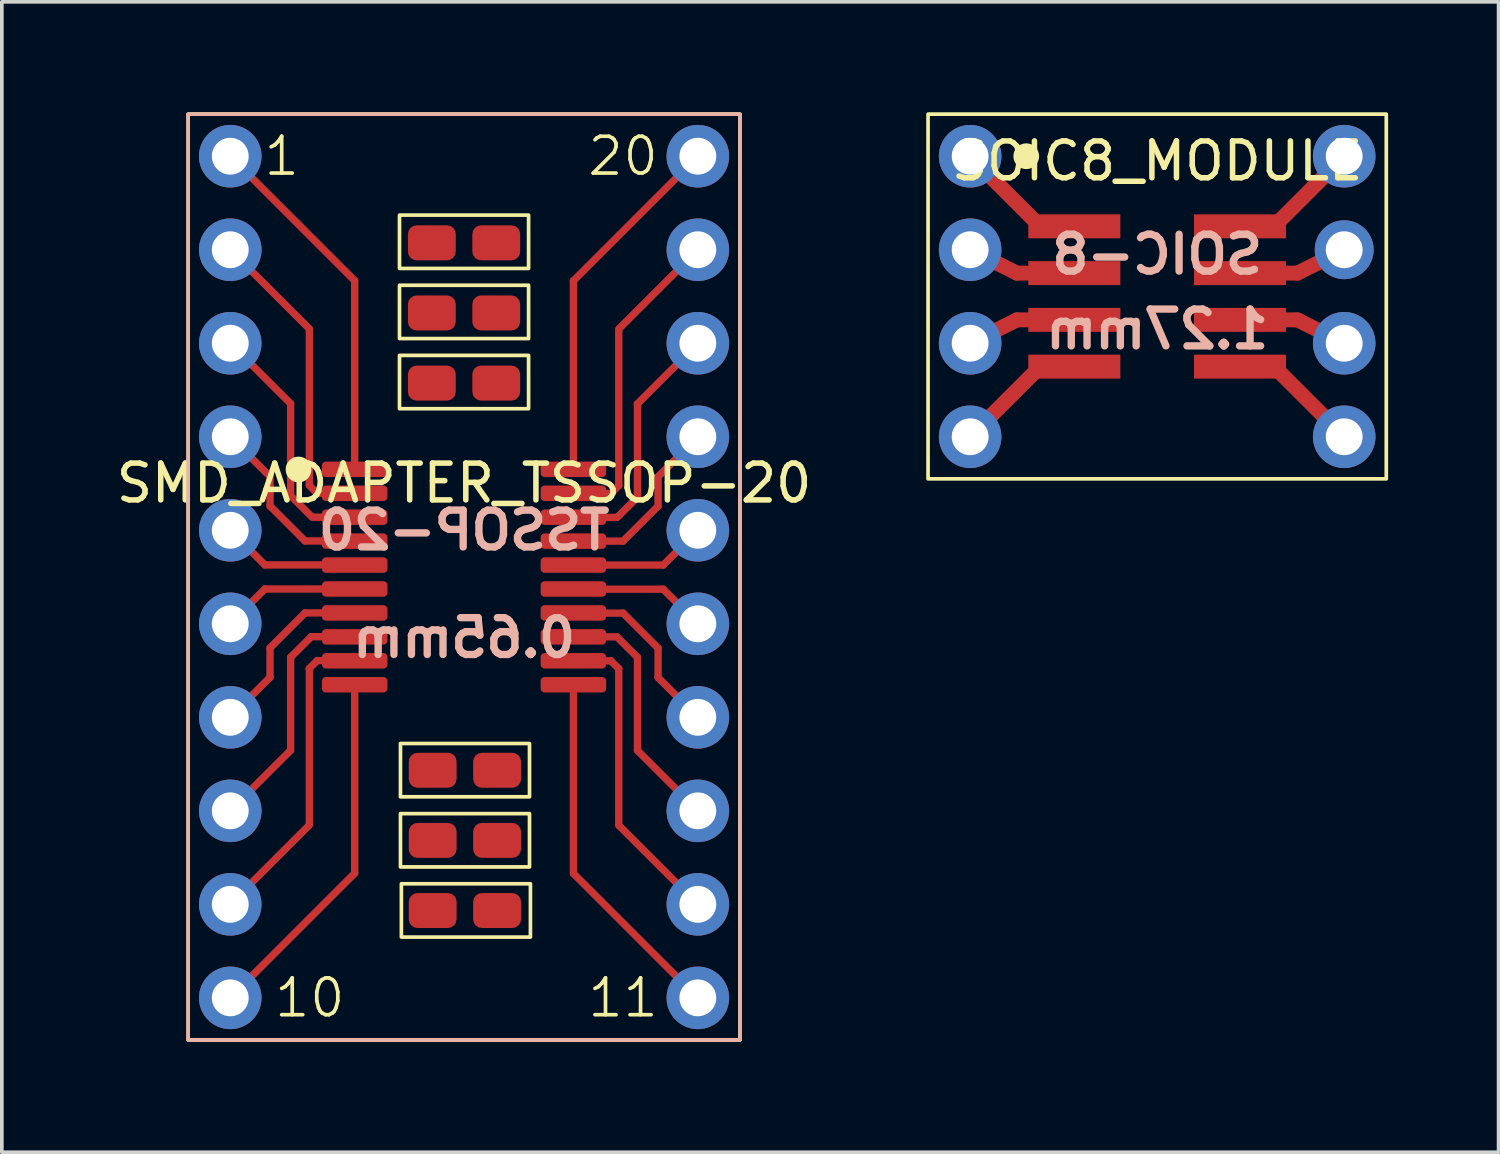
<source format=kicad_pcb>
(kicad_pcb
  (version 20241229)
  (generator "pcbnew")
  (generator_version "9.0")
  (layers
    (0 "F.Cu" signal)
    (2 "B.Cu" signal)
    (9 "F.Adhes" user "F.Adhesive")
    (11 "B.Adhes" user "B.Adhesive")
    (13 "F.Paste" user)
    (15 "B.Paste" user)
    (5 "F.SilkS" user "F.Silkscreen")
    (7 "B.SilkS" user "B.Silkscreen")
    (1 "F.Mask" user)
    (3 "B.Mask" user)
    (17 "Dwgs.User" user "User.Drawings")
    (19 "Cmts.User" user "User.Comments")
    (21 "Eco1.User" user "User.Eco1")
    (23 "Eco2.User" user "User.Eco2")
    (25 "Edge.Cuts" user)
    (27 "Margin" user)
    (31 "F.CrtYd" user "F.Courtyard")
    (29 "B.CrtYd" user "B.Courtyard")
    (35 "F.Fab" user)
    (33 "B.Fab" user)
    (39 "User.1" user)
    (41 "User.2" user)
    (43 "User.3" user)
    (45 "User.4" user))
  (footprint "SMD_ADAPTER_TSSOP-20"
    (layer "F.Cu")
    (at 9.554 12.623)
    (property "Reference" "SMD_ADAPTER_TSSOP-20" (at 0 -2.55 0) (layer "F.SilkS") (effects (font (size 1 1) (thickness 0.15))))
    (attr smd)
    (fp_line (start -6.35 -11.43) (end -2.972 -8.052) (stroke (width 0.2) (type default)) (layer "F.Cu"))
    (fp_line (start -6.35 -8.89) (end -4.216 -6.756) (stroke (width 0.2) (type default)) (layer "F.Cu"))
    (fp_line (start -6.35 -6.35) (end -4.71 -4.71) (stroke (width 0.2) (type default)) (layer "F.Cu"))
    (fp_line (start -6.35 -3.81) (end -5.27 -2.73) (stroke (width 0.2) (type default)) (layer "F.Cu"))
    (fp_line (start -6.35 -1.27) (end -5.41 -0.33) (stroke (width 0.2) (type default)) (layer "F.Cu"))
    (fp_line (start -6.35 1.265) (end -5.41 0.325) (stroke (width 0.2) (type default)) (layer "F.Cu"))
    (fp_line (start -6.35 3.805) (end -5.27 2.725) (stroke (width 0.2) (type default)) (layer "F.Cu"))
    (fp_line (start -6.35 6.345) (end -4.71 4.705) (stroke (width 0.2) (type default)) (layer "F.Cu"))
    (fp_line (start -6.35 8.885) (end -4.216 6.751) (stroke (width 0.2) (type default)) (layer "F.Cu"))
    (fp_line (start -6.35 11.425) (end -2.972 8.047) (stroke (width 0.2) (type default)) (layer "F.Cu"))
    (fp_line (start -5.41 -0.33) (end -2.97 -0.33) (stroke (width 0.2) (type default)) (layer "F.Cu"))
    (fp_line (start -5.41 0.325) (end -2.97 0.325) (stroke (width 0.2) (type default)) (layer "F.Cu"))
    (fp_line (start -5.27 -2.73) (end -5.27 -1.93) (stroke (width 0.2) (type default)) (layer "F.Cu"))
    (fp_line (start -5.27 -1.93) (end -4.322 -0.982) (stroke (width 0.2) (type default)) (layer "F.Cu"))
    (fp_line (start -5.27 1.925) (end -4.322 0.977) (stroke (width 0.2) (type default)) (layer "F.Cu"))
    (fp_line (start -5.27 2.725) (end -5.27 1.925) (stroke (width 0.2) (type default)) (layer "F.Cu"))
    (fp_line (start -4.71 -4.71) (end -4.71 -2.21) (stroke (width 0.2) (type default)) (layer "F.Cu"))
    (fp_line (start -4.71 4.705) (end -4.71 2.18) (stroke (width 0.2) (type default)) (layer "F.Cu"))
    (fp_line (start -4.32 -0.98) (end -2.97 -0.98) (stroke (width 0.2) (type default)) (layer "F.Cu"))
    (fp_line (start -4.32 0.975) (end -2.97 0.975) (stroke (width 0.2) (type default)) (layer "F.Cu"))
    (fp_line (start -4.202 -2.489) (end -4.202 -6.74) (stroke (width 0.2) (type default)) (layer "F.Cu"))
    (fp_line (start -4.202 2.484) (end -4.202 6.735) (stroke (width 0.2) (type default)) (layer "F.Cu"))
    (fp_line (start -4.149 1.619) (end -4.71 2.18) (stroke (width 0.2) (type default)) (layer "F.Cu"))
    (fp_line (start -4.129 -1.629) (end -4.71 -2.21) (stroke (width 0.2) (type default)) (layer "F.Cu"))
    (fp_line (start -3.988 -2.275) (end -4.202 -2.489) (stroke (width 0.2) (type default)) (layer "F.Cu"))
    (fp_line (start -3.988 2.27) (end -4.202 2.484) (stroke (width 0.2) (type default)) (layer "F.Cu"))
    (fp_line (start -2.97 -2.925) (end -2.97 -8.052) (stroke (width 0.2) (type default)) (layer "F.Cu"))
    (fp_line (start -2.97 -2.275) (end -3.988 -2.275) (stroke (width 0.2) (type default)) (layer "F.Cu"))
    (fp_line (start -2.97 -1.625) (end -4.11 -1.625) (stroke (width 0.2) (type default)) (layer "F.Cu"))
    (fp_line (start -2.97 1.62) (end -4.15 1.62) (stroke (width 0.2) (type default)) (layer "F.Cu"))
    (fp_line (start -2.97 2.27) (end -3.988 2.27) (stroke (width 0.2) (type default)) (layer "F.Cu"))
    (fp_line (start -2.97 2.92) (end -2.97 8.047) (stroke (width 0.2) (type default)) (layer "F.Cu"))
    (fp_line (start -0.827 5.375) (end -0.903 5.425) (stroke (width 0.2) (type default)) (layer "F.Cu"))
    (fp_line (start 0.85 -5.395) (end 0.926 -5.446) (stroke (width 0.2) (type default)) (layer "F.Cu"))
    (fp_line (start 2.97 -2.92) (end 2.97 -8.047) (stroke (width 0.2) (type default)) (layer "F.Cu"))
    (fp_line (start 2.97 -2.27) (end 3.988 -2.27) (stroke (width 0.2) (type default)) (layer "F.Cu"))
    (fp_line (start 2.97 -1.62) (end 4.15 -1.62) (stroke (width 0.2) (type default)) (layer "F.Cu"))
    (fp_line (start 2.97 1.625) (end 4.15 1.625) (stroke (width 0.2) (type default)) (layer "F.Cu"))
    (fp_line (start 2.97 2.275) (end 3.988 2.275) (stroke (width 0.2) (type default)) (layer "F.Cu"))
    (fp_line (start 2.97 2.925) (end 2.97 8.052) (stroke (width 0.2) (type default)) (layer "F.Cu"))
    (fp_line (start 3.988 -2.27) (end 4.202 -2.484) (stroke (width 0.2) (type default)) (layer "F.Cu"))
    (fp_line (start 3.988 2.275) (end 4.202 2.489) (stroke (width 0.2) (type default)) (layer "F.Cu"))
    (fp_line (start 4.156 1.626) (end 4.71 2.18) (stroke (width 0.2) (type default)) (layer "F.Cu"))
    (fp_line (start 4.164 -1.624) (end 4.709 -2.169) (stroke (width 0.2) (type default)) (layer "F.Cu"))
    (fp_line (start 4.202 -2.484) (end 4.202 -6.735) (stroke (width 0.2) (type default)) (layer "F.Cu"))
    (fp_line (start 4.202 2.489) (end 4.202 6.74) (stroke (width 0.2) (type default)) (layer "F.Cu"))
    (fp_line (start 4.32 -0.975) (end 2.97 -0.975) (stroke (width 0.2) (type default)) (layer "F.Cu"))
    (fp_line (start 4.32 0.98) (end 2.97 0.98) (stroke (width 0.2) (type default)) (layer "F.Cu"))
    (fp_line (start 4.71 -4.705) (end 4.71 -2.17) (stroke (width 0.2) (type default)) (layer "F.Cu"))
    (fp_line (start 4.71 4.71) (end 4.71 2.18) (stroke (width 0.2) (type default)) (layer "F.Cu"))
    (fp_line (start 5.27 -2.725) (end 5.27 -1.925) (stroke (width 0.2) (type default)) (layer "F.Cu"))
    (fp_line (start 5.27 -1.925) (end 4.322 -0.977) (stroke (width 0.2) (type default)) (layer "F.Cu"))
    (fp_line (start 5.27 1.93) (end 4.322 0.982) (stroke (width 0.2) (type default)) (layer "F.Cu"))
    (fp_line (start 5.27 2.73) (end 5.27 1.93) (stroke (width 0.2) (type default)) (layer "F.Cu"))
    (fp_line (start 5.41 -0.325) (end 2.97 -0.325) (stroke (width 0.2) (type default)) (layer "F.Cu"))
    (fp_line (start 5.41 0.33) (end 2.97 0.33) (stroke (width 0.2) (type default)) (layer "F.Cu"))
    (fp_line (start 6.35 -11.425) (end 2.972 -8.047) (stroke (width 0.2) (type default)) (layer "F.Cu"))
    (fp_line (start 6.35 -8.885) (end 4.216 -6.751) (stroke (width 0.2) (type default)) (layer "F.Cu"))
    (fp_line (start 6.35 -6.345) (end 4.71 -4.705) (stroke (width 0.2) (type default)) (layer "F.Cu"))
    (fp_line (start 6.35 -3.805) (end 5.27 -2.725) (stroke (width 0.2) (type default)) (layer "F.Cu"))
    (fp_line (start 6.35 -1.265) (end 5.41 -0.325) (stroke (width 0.2) (type default)) (layer "F.Cu"))
    (fp_line (start 6.35 1.27) (end 5.41 0.33) (stroke (width 0.2) (type default)) (layer "F.Cu"))
    (fp_line (start 6.35 3.81) (end 5.27 2.73) (stroke (width 0.2) (type default)) (layer "F.Cu"))
    (fp_line (start 6.35 6.35) (end 4.71 4.71) (stroke (width 0.2) (type default)) (layer "F.Cu"))
    (fp_line (start 6.35 8.89) (end 4.216 6.756) (stroke (width 0.2) (type default)) (layer "F.Cu"))
    (fp_line (start 6.35 11.43) (end 2.972 8.052) (stroke (width 0.2) (type default)) (layer "F.Cu"))
    (fp_rect (start -7.493 -12.573) (end 7.493 12.573) (stroke (width 0.1) (type solid)) (fill no) (layer "F.SilkS"))
    (fp_rect (start -1.753 -9.83) (end 1.753 -8.382) (stroke (width 0.1) (type default)) (fill no) (layer "F.SilkS"))
    (fp_rect (start -1.753 -7.925) (end 1.753 -6.477) (stroke (width 0.1) (type default)) (fill no) (layer "F.SilkS"))
    (fp_rect (start -1.753 -6.02) (end 1.753 -4.572) (stroke (width 0.1) (type default)) (fill no) (layer "F.SilkS"))
    (fp_rect (start -1.727 4.521) (end 1.778 5.969) (stroke (width 0.1) (type default)) (fill no) (layer "F.SilkS"))
    (fp_rect (start -1.727 6.426) (end 1.778 7.874) (stroke (width 0.1) (type default)) (fill no) (layer "F.SilkS"))
    (fp_rect (start -1.702 8.331) (end 1.803 9.779) (stroke (width 0.1) (type default)) (fill no) (layer "F.SilkS"))
    (fp_circle (center -4.496 -2.921) (end -4.196 -2.921) (stroke (width 0.1) (type solid)) (fill yes) (layer "F.SilkS"))
    (fp_rect (start -7.493 -12.573) (end 7.493 12.573) (stroke (width 0.1) (type solid)) (fill no) (layer "B.SilkS"))
    (fp_text user "10" (at -4.191 11.43 0) (unlocked yes) (layer "F.SilkS") (effects (font (size 1 1) (thickness 0.1))))
    (fp_text user "11" (at 4.318 11.43 0) (unlocked yes) (layer "F.SilkS") (effects (font (size 1 1) (thickness 0.1))))
    (fp_text user "20" (at 4.318 -11.43 0) (unlocked yes) (layer "F.SilkS") (effects (font (size 1 1) (thickness 0.1))))
    (fp_text user "1" (at -4.953 -11.43 0) (unlocked yes) (layer "F.SilkS") (effects (font (size 1 1) (thickness 0.1))))
    (fp_text user "TSSOP-20" (at 0 -1.27 0) (unlocked yes) (layer "B.SilkS") (effects (font (size 1 1) (thickness 0.2) (bold yes)) (justify mirror)))
    (fp_text user "0.65mm" (at 0 1.651 0) (unlocked yes) (layer "B.SilkS") (effects (font (size 1 1) (thickness 0.2) (bold yes)) (justify mirror)))
    (pad "" smd roundrect (at -0.875 -9.078) (size 1.3 0.95) (layers "F.Cu" "F.Mask" "F.Paste") (roundrect_rratio 0.25))
    (pad "" smd roundrect (at -0.875 -7.173) (size 1.3 0.95) (layers "F.Cu" "F.Mask" "F.Paste") (roundrect_rratio 0.25))
    (pad "" smd roundrect (at -0.875 -5.268) (size 1.3 0.95) (layers "F.Cu" "F.Mask" "F.Paste") (roundrect_rratio 0.25))
    (pad "" smd roundrect (at -0.852 5.248 180) (size 1.3 0.95) (layers "F.Cu" "F.Mask" "F.Paste") (roundrect_rratio 0.25))
    (pad "" smd roundrect (at -0.852 7.153 180) (size 1.3 0.95) (layers "F.Cu" "F.Mask" "F.Paste") (roundrect_rratio 0.25))
    (pad "" smd roundrect (at -0.852 9.058 180) (size 1.3 0.95) (layers "F.Cu" "F.Mask" "F.Paste") (roundrect_rratio 0.25))
    (pad "" smd roundrect (at 0.875 -9.078) (size 1.3 0.95) (layers "F.Cu" "F.Mask" "F.Paste") (roundrect_rratio 0.25))
    (pad "" smd roundrect (at 0.875 -7.173) (size 1.3 0.95) (layers "F.Cu" "F.Mask" "F.Paste") (roundrect_rratio 0.25))
    (pad "" smd roundrect (at 0.875 -5.268) (size 1.3 0.95) (layers "F.Cu" "F.Mask" "F.Paste") (roundrect_rratio 0.25))
    (pad "" smd roundrect (at 0.898 5.248 180) (size 1.3 0.95) (layers "F.Cu" "F.Mask" "F.Paste") (roundrect_rratio 0.25))
    (pad "" smd roundrect (at 0.898 7.153 180) (size 1.3 0.95) (layers "F.Cu" "F.Mask" "F.Paste") (roundrect_rratio 0.25))
    (pad "" smd roundrect (at 0.898 9.058 180) (size 1.3 0.95) (layers "F.Cu" "F.Mask" "F.Paste") (roundrect_rratio 0.25))
    (pad "1" thru_hole circle (at -6.35 -11.43) (size 1.7 1.7) (drill 1) (layers "*.Cu" "*.Mask"))
    (pad "1" smd roundrect (at -2.97 -2.925) (size 1.78 0.42) (layers "F.Cu" "F.Mask" "F.Paste") (roundrect_rratio 0.25))
    (pad "2" thru_hole circle (at -6.35 -8.89) (size 1.7 1.7) (drill 1) (layers "*.Cu" "*.Mask"))
    (pad "2" smd roundrect (at -2.97 -2.275) (size 1.78 0.42) (layers "F.Cu" "F.Mask" "F.Paste") (roundrect_rratio 0.25))
    (pad "3" thru_hole circle (at -6.35 -6.35) (size 1.7 1.7) (drill 1) (layers "*.Cu" "*.Mask"))
    (pad "3" smd roundrect (at -2.97 -1.625) (size 1.78 0.42) (layers "F.Cu" "F.Mask" "F.Paste") (roundrect_rratio 0.25))
    (pad "4" thru_hole circle (at -6.35 -3.81) (size 1.7 1.7) (drill 1) (layers "*.Cu" "*.Mask"))
    (pad "4" smd roundrect (at -2.97 -0.975) (size 1.78 0.42) (layers "F.Cu" "F.Mask" "F.Paste") (roundrect_rratio 0.25))
    (pad "5" thru_hole circle (at -6.35 -1.27) (size 1.7 1.7) (drill 1) (layers "*.Cu" "*.Mask"))
    (pad "5" smd roundrect (at -2.97 -0.325) (size 1.78 0.42) (layers "F.Cu" "F.Mask" "F.Paste") (roundrect_rratio 0.25))
    (pad "6" thru_hole circle (at -6.35 1.27) (size 1.7 1.7) (drill 1) (layers "*.Cu" "*.Mask"))
    (pad "6" smd roundrect (at -2.97 0.325) (size 1.78 0.42) (layers "F.Cu" "F.Mask" "F.Paste") (roundrect_rratio 0.25))
    (pad "7" thru_hole circle (at -6.35 3.81) (size 1.7 1.7) (drill 1) (layers "*.Cu" "*.Mask"))
    (pad "7" smd roundrect (at -2.97 0.975) (size 1.78 0.42) (layers "F.Cu" "F.Mask" "F.Paste") (roundrect_rratio 0.25))
    (pad "8" thru_hole circle (at -6.35 6.35) (size 1.7 1.7) (drill 1) (layers "*.Cu" "*.Mask"))
    (pad "8" smd roundrect (at -2.97 1.625) (size 1.78 0.42) (layers "F.Cu" "F.Mask" "F.Paste") (roundrect_rratio 0.25))
    (pad "9" thru_hole circle (at -6.35 8.89) (size 1.7 1.7) (drill 1) (layers "*.Cu" "*.Mask"))
    (pad "9" smd roundrect (at -2.97 2.275) (size 1.78 0.42) (layers "F.Cu" "F.Mask" "F.Paste") (roundrect_rratio 0.25))
    (pad "10" thru_hole circle (at -6.35 11.43) (size 1.7 1.7) (drill 1) (layers "*.Cu" "*.Mask"))
    (pad "10" smd roundrect (at -2.97 2.925) (size 1.78 0.42) (layers "F.Cu" "F.Mask" "F.Paste") (roundrect_rratio 0.25))
    (pad "11" smd roundrect (at 2.97 2.925) (size 1.78 0.42) (layers "F.Cu" "F.Mask" "F.Paste") (roundrect_rratio 0.25))
    (pad "11" thru_hole circle (at 6.35 11.43) (size 1.7 1.7) (drill 1) (layers "*.Cu" "*.Mask"))
    (pad "12" smd roundrect (at 2.97 2.275) (size 1.78 0.42) (layers "F.Cu" "F.Mask" "F.Paste") (roundrect_rratio 0.25))
    (pad "12" thru_hole circle (at 6.35 8.89) (size 1.7 1.7) (drill 1) (layers "*.Cu" "*.Mask"))
    (pad "13" smd roundrect (at 2.97 1.625) (size 1.78 0.42) (layers "F.Cu" "F.Mask" "F.Paste") (roundrect_rratio 0.25))
    (pad "13" thru_hole circle (at 6.35 6.35) (size 1.7 1.7) (drill 1) (layers "*.Cu" "*.Mask"))
    (pad "14" smd roundrect (at 2.97 0.975) (size 1.78 0.42) (layers "F.Cu" "F.Mask" "F.Paste") (roundrect_rratio 0.25))
    (pad "14" thru_hole circle (at 6.35 3.81) (size 1.7 1.7) (drill 1) (layers "*.Cu" "*.Mask"))
    (pad "15" smd roundrect (at 2.97 0.325) (size 1.78 0.42) (layers "F.Cu" "F.Mask" "F.Paste") (roundrect_rratio 0.25))
    (pad "15" thru_hole circle (at 6.35 1.27) (size 1.7 1.7) (drill 1) (layers "*.Cu" "*.Mask"))
    (pad "16" smd roundrect (at 2.97 -0.325) (size 1.78 0.42) (layers "F.Cu" "F.Mask" "F.Paste") (roundrect_rratio 0.25))
    (pad "16" thru_hole circle (at 6.35 -1.27) (size 1.7 1.7) (drill 1) (layers "*.Cu" "*.Mask"))
    (pad "17" smd roundrect (at 2.97 -0.975) (size 1.78 0.42) (layers "F.Cu" "F.Mask" "F.Paste") (roundrect_rratio 0.25))
    (pad "17" thru_hole circle (at 6.35 -3.81) (size 1.7 1.7) (drill 1) (layers "*.Cu" "*.Mask"))
    (pad "18" smd roundrect (at 2.97 -1.625) (size 1.78 0.42) (layers "F.Cu" "F.Mask" "F.Paste") (roundrect_rratio 0.25))
    (pad "18" thru_hole circle (at 6.35 -6.35) (size 1.7 1.7) (drill 1) (layers "*.Cu" "*.Mask"))
    (pad "19" smd roundrect (at 2.97 -2.275) (size 1.78 0.42) (layers "F.Cu" "F.Mask" "F.Paste") (roundrect_rratio 0.25))
    (pad "19" thru_hole circle (at 6.35 -8.89) (size 1.7 1.7) (drill 1) (layers "*.Cu" "*.Mask"))
    (pad "20" smd roundrect (at 2.97 -2.925) (size 1.78 0.42) (layers "F.Cu" "F.Mask" "F.Paste") (roundrect_rratio 0.25))
    (pad "20" thru_hole circle (at 6.35 -11.43) (size 1.7 1.7) (drill 1) (layers "*.Cu" "*.Mask")))
  (footprint "SOIC8_MODULE"
    (layer "F.Cu")
    (at 28.38 5.003)
    (property "Reference" "SOIC8_MODULE" (at 0 -3.68 0) (layer "F.SilkS") (effects (font (size 1 1) (thickness 0.15))))
    (attr smd)
    (fp_line (start -5.08 -3.81) (end -3.189 -1.919) (stroke (width 0.406) (type default)) (layer "F.Cu"))
    (fp_line (start -5.08 3.81) (end -3.175 1.905) (stroke (width 0.406) (type default)) (layer "F.Cu"))
    (fp_line (start -3.81 -0.635) (end -5.08 -1.27) (stroke (width 0.406) (type default)) (layer "F.Cu"))
    (fp_line (start -3.81 -0.635) (end -2.25 -0.635) (stroke (width 0.406) (type default)) (layer "F.Cu"))
    (fp_line (start -3.81 0.635) (end -5.08 1.27) (stroke (width 0.406) (type default)) (layer "F.Cu"))
    (fp_line (start -3.81 0.635) (end -2.25 0.635) (stroke (width 0.406) (type default)) (layer "F.Cu"))
    (fp_line (start 2.25 -0.635) (end 3.81 -0.635) (stroke (width 0.406) (type default)) (layer "F.Cu"))
    (fp_line (start 2.25 0.635) (end 3.81 0.635) (stroke (width 0.406) (type default)) (layer "F.Cu"))
    (fp_line (start 3.145 1.875) (end 4.953 3.683) (stroke (width 0.406) (type default)) (layer "F.Cu"))
    (fp_line (start 3.192 -1.922) (end 5.08 -3.81) (stroke (width 0.406) (type default)) (layer "F.Cu"))
    (fp_line (start 3.81 -0.635) (end 5.08 -1.27) (stroke (width 0.406) (type default)) (layer "F.Cu"))
    (fp_line (start 3.81 0.635) (end 5.08 1.27) (stroke (width 0.406) (type default)) (layer "F.Cu"))
    (fp_rect (start -6.223 -4.953) (end 6.223 4.953) (stroke (width 0.1) (type default)) (fill no) (layer "F.SilkS"))
    (fp_circle (center -3.556 -3.81) (end -3.256 -3.81) (stroke (width 0.1) (type solid)) (fill yes) (layer "F.SilkS"))
    (fp_text user "SOIC-8" (at 0 -1.143 0) (unlocked yes) (layer "B.SilkS") (effects (font (size 1 1) (thickness 0.2) (bold yes)) (justify mirror)))
    (fp_text user "1.27mm" (at 0 0.889 0) (unlocked yes) (layer "B.SilkS") (effects (font (size 1 1) (thickness 0.2) (bold yes)) (justify mirror)))
    (pad "" thru_hole circle (at -5.08 -3.81) (size 1.7 1.7) (drill 1) (layers "*.Cu" "*.Mask"))
    (pad "" thru_hole circle (at -5.08 -1.27) (size 1.7 1.7) (drill 1) (layers "*.Cu" "*.Mask"))
    (pad "" thru_hole circle (at -5.08 1.27) (size 1.7 1.7) (drill 1) (layers "*.Cu" "*.Mask"))
    (pad "" thru_hole circle (at -5.08 3.81) (size 1.7 1.7) (drill 1) (layers "*.Cu" "*.Mask"))
    (pad "" smd rect (at -2.25 -1.905) (size 2.5 0.65) (layers "F.Cu" "F.Mask" "F.Paste"))
    (pad "" smd rect (at -2.25 -0.635) (size 2.5 0.65) (layers "F.Cu" "F.Mask" "F.Paste"))
    (pad "" smd rect (at -2.25 0.635) (size 2.5 0.65) (layers "F.Cu" "F.Mask" "F.Paste"))
    (pad "" smd rect (at -2.25 1.905) (size 2.5 0.65) (layers "F.Cu" "F.Mask" "F.Paste"))
    (pad "" thru_hole circle (at 5.08 -3.81) (size 1.7 1.7) (drill 1) (layers "*.Cu" "*.Mask"))
    (pad "" thru_hole circle (at 5.08 -1.27) (size 1.6 1.6) (drill 1) (layers "*.Cu" "*.Mask"))
    (pad "" thru_hole circle (at 5.08 1.27) (size 1.7 1.7) (drill 1) (layers "*.Cu" "*.Mask"))
    (pad "" thru_hole circle (at 5.08 3.81) (size 1.7 1.7) (drill 1) (layers "*.Cu" "*.Mask"))
    (pad "5" smd rect (at 2.25 1.905) (size 2.5 0.65) (layers "F.Cu" "F.Mask" "F.Paste"))
    (pad "6" smd rect (at 2.25 0.635) (size 2.5 0.65) (layers "F.Cu" "F.Mask" "F.Paste"))
    (pad "7" smd rect (at 2.25 -0.635) (size 2.5 0.65) (layers "F.Cu" "F.Mask" "F.Paste"))
    (pad "8" smd rect (at 2.25 -1.905) (size 2.5 0.65) (layers "F.Cu" "F.Mask" "F.Paste")))
  (gr_rect
    (start -3 -3)
    (end 37.653 28.246)
    (stroke (width 0.1) (type default))
    (fill no)
    (layer "Edge.Cuts")))
</source>
